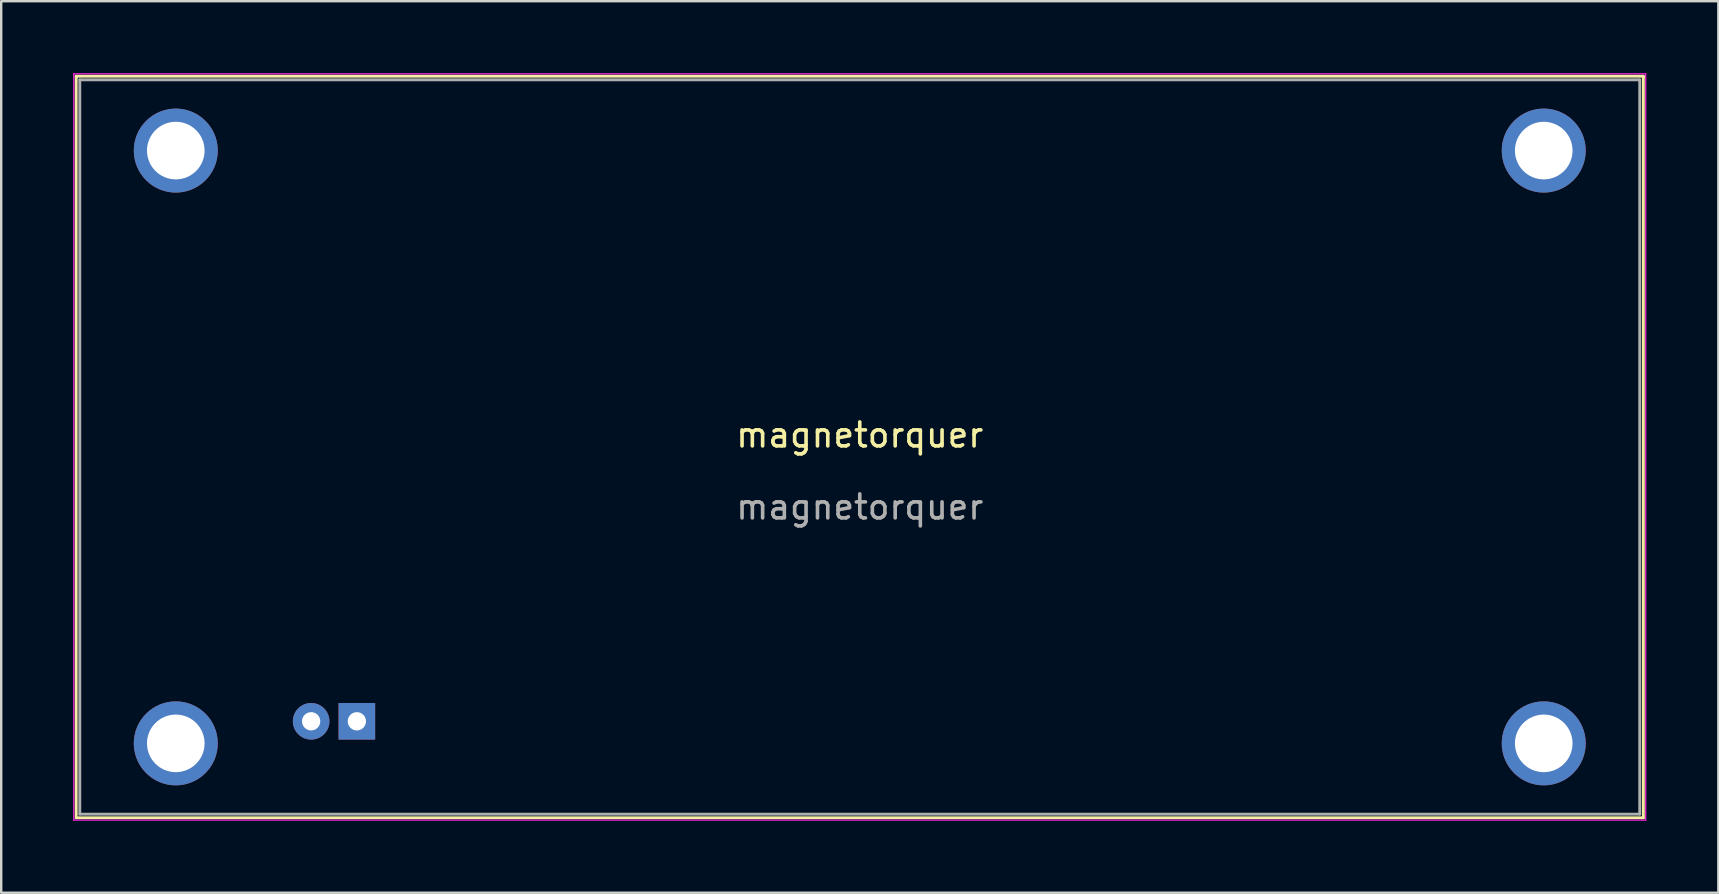
<source format=kicad_pcb>
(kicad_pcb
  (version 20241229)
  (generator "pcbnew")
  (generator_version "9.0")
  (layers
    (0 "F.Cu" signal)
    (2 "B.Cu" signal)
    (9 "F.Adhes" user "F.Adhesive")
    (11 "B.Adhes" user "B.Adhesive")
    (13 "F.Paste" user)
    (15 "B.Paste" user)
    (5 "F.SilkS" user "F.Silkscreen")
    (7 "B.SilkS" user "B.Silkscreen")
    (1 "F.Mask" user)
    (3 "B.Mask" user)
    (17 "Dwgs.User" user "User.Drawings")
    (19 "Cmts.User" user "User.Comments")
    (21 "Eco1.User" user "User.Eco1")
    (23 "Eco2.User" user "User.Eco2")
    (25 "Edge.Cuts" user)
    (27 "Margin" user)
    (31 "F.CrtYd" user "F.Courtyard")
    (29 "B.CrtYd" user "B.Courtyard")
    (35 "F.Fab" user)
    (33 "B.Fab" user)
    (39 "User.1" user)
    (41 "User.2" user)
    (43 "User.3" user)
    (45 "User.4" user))
  (footprint "magnetorquer"
    (layer "F.Cu")
    (at 32.775 15.575)
    (property "Reference" "magnetorquer" (at 0 -0.5 0) (unlocked yes) (layer "F.SilkS") (effects (font (size 1 1) (thickness 0.15))))
    (attr through_hole)
    (fp_line (start -32.65 -15.45) (end -32.65 -15.4) (stroke (width 0.12) (type solid)) (layer "F.SilkS"))
    (fp_line (start -32.65 -15.4) (end -32.65 15.45) (stroke (width 0.12) (type solid)) (layer "F.SilkS"))
    (fp_line (start -32.65 15.45) (end 32.65 15.45) (stroke (width 0.12) (type solid)) (layer "F.SilkS"))
    (fp_line (start 32.65 -15.45) (end -32.65 -15.45) (stroke (width 0.12) (type solid)) (layer "F.SilkS"))
    (fp_line (start 32.65 -15.4) (end 32.65 -15.45) (stroke (width 0.12) (type solid)) (layer "F.SilkS"))
    (fp_line (start 32.65 15.45) (end 32.65 -15.4) (stroke (width 0.12) (type solid)) (layer "F.SilkS"))
    (fp_line (start -32.75 -15.55) (end -32.75 -15.5) (stroke (width 0.05) (type solid)) (layer "F.CrtYd"))
    (fp_line (start -32.75 -15.5) (end -32.75 15.55) (stroke (width 0.05) (type solid)) (layer "F.CrtYd"))
    (fp_line (start -32.75 15.55) (end 32.75 15.55) (stroke (width 0.05) (type solid)) (layer "F.CrtYd"))
    (fp_line (start 32.75 -15.55) (end -32.75 -15.55) (stroke (width 0.05) (type solid)) (layer "F.CrtYd"))
    (fp_line (start 32.75 15.55) (end 32.75 -15.55) (stroke (width 0.05) (type solid)) (layer "F.CrtYd"))
    (fp_line (start -32.5 -15.3) (end -32.5 15.3) (stroke (width 0.12) (type solid)) (layer "F.Fab"))
    (fp_line (start -32.5 -15.3) (end 32.5 -15.3) (stroke (width 0.12) (type solid)) (layer "F.Fab"))
    (fp_line (start -32.5 15.3) (end 32.5 15.3) (stroke (width 0.12) (type solid)) (layer "F.Fab"))
    (fp_line (start 32.5 -15.3) (end 32.5 15.3) (stroke (width 0.12) (type solid)) (layer "F.Fab"))
    (fp_text user "${REFERENCE}" (at 0 2.5 0) (unlocked yes) (layer "F.Fab") (effects (font (size 1 1) (thickness 0.15))))
    (pad "" np_thru_hole circle (at -28.5 -12.35) (size 3.5 3.5) (drill 2.4) (layers "*.Cu" "*.Mask"))
    (pad "" np_thru_hole circle (at -28.5 12.35) (size 3.5 3.5) (drill 2.4) (layers "*.Cu" "*.Mask"))
    (pad "" np_thru_hole circle (at 28.5 -12.35) (size 3.5 3.5) (drill 2.4) (layers "*.Cu" "*.Mask"))
    (pad "" np_thru_hole circle (at 28.5 12.35) (size 3.5 3.5) (drill 2.4) (layers "*.Cu" "*.Mask"))
    (pad "1" thru_hole circle (at -22.86 11.43) (size 1.524 1.524) (drill 0.762) (layers "*.Cu" "*.Mask"))
    (pad "2" thru_hole rect (at -20.955 11.43) (size 1.524 1.524) (drill 0.762) (layers "*.Cu" "*.Mask")))
  (gr_rect
    (start -3 -3)
    (end 68.55 34.15)
    (stroke (width 0.1) (type default))
    (fill no)
    (layer "Edge.Cuts")))
</source>
